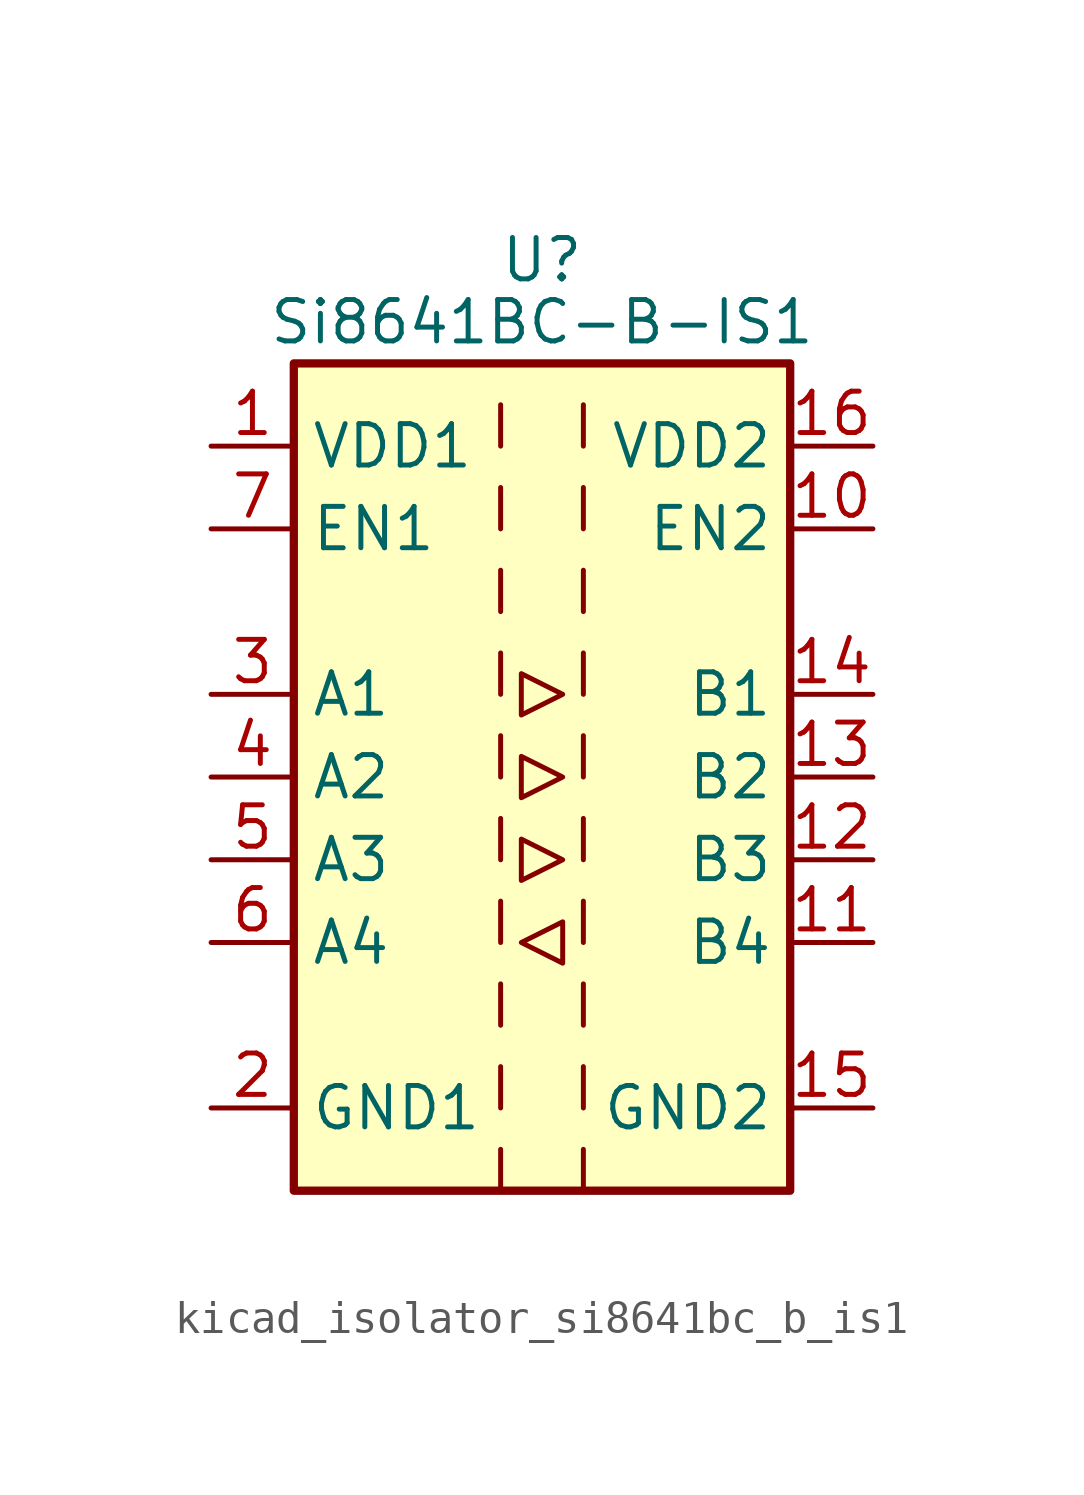
<source format=kicad_sym>
(kicad_symbol_lib
  (version 20220914)
  (generator kicad_symbol_editor)
  (symbol "kicad_isolator_si8641bc_b_is1"
    (property "Reference" "U"
      (at 0 15.875 0)
      (effects (font (size 1.27 1.27))))
    (property "Value" "Si8641BC-B-IS1"
      (at 0 13.97 0)
      (effects (font (size 1.27 1.27))))
    (symbol "kicad_isolator_si8641bc_b_is1_0_1"
      (rectangle (start -7.62 12.7) (end 7.62 -12.7) (stroke (width 0.254) (type default)) (fill (type background)))
      (polyline (pts (xy -1.27 -11.43) (xy -1.27 -12.7)) (stroke (width 0) (type default)) (fill (type none)))
      (polyline (pts (xy -1.27 -8.89) (xy -1.27 -10.16)) (stroke (width 0) (type default)) (fill (type none)))
      (polyline (pts (xy -1.27 -6.35) (xy -1.27 -7.62)) (stroke (width 0) (type default)) (fill (type none)))
      (polyline (pts (xy -1.27 -3.81) (xy -1.27 -5.08)) (stroke (width 0) (type default)) (fill (type none)))
      (polyline (pts (xy -1.27 -1.27) (xy -1.27 -2.54)) (stroke (width 0) (type default)) (fill (type none)))
      (polyline (pts (xy -1.27 1.27) (xy -1.27 0)) (stroke (width 0) (type default)) (fill (type none)))
      (polyline (pts (xy -1.27 3.81) (xy -1.27 2.54)) (stroke (width 0) (type default)) (fill (type none)))
      (polyline (pts (xy -1.27 6.35) (xy -1.27 5.08)) (stroke (width 0) (type default)) (fill (type none)))
      (polyline (pts (xy -1.27 8.89) (xy -1.27 7.62)) (stroke (width 0) (type default)) (fill (type none)))
      (polyline (pts (xy -1.27 11.43) (xy -1.27 10.16)) (stroke (width 0) (type default)) (fill (type none)))
      (polyline (pts (xy 1.27 -11.43) (xy 1.27 -12.7)) (stroke (width 0) (type default)) (fill (type none)))
      (polyline (pts (xy 1.27 -8.89) (xy 1.27 -10.16)) (stroke (width 0) (type default)) (fill (type none)))
      (polyline (pts (xy 1.27 -6.35) (xy 1.27 -7.62)) (stroke (width 0) (type default)) (fill (type none)))
      (polyline (pts (xy 1.27 -3.81) (xy 1.27 -5.08)) (stroke (width 0) (type default)) (fill (type none)))
      (polyline (pts (xy 1.27 -1.27) (xy 1.27 -2.54)) (stroke (width 0) (type default)) (fill (type none)))
      (polyline (pts (xy 1.27 1.27) (xy 1.27 0)) (stroke (width 0) (type default)) (fill (type none)))
      (polyline (pts (xy 1.27 3.81) (xy 1.27 2.54)) (stroke (width 0) (type default)) (fill (type none)))
      (polyline (pts (xy 1.27 6.35) (xy 1.27 5.08)) (stroke (width 0) (type default)) (fill (type none)))
      (polyline (pts (xy 1.27 8.89) (xy 1.27 7.62)) (stroke (width 0) (type default)) (fill (type none)))
      (polyline (pts (xy 1.27 11.43) (xy 1.27 10.16)) (stroke (width 0) (type default)) (fill (type none)))
      (polyline (pts (xy -0.635 -5.08) (xy 0.635 -4.445) (xy 0.635 -5.715) (xy -0.635 -5.08)) (stroke (width 0) (type default)) (fill (type none)))
      (polyline (pts (xy -0.635 0.635) (xy -0.635 -0.635) (xy 0.635 0) (xy -0.635 0.635)) (stroke (width 0) (type default)) (fill (type none)))
      (polyline (pts (xy -0.635 3.175) (xy -0.635 1.905) (xy 0.635 2.54) (xy -0.635 3.175)) (stroke (width 0) (type default)) (fill (type none)))
      (polyline (pts (xy 0.635 -2.54) (xy -0.635 -1.905) (xy -0.635 -3.175) (xy 0.635 -2.54)) (stroke (width 0) (type default)) (fill (type none))))
    (symbol "kicad_isolator_si8641bc_b_is1_1_1"
      (pin power_in line (at -10.16 10.16 0) (length 2.54) (name "VDD1" (effects (font (size 1.27 1.27)))) (number "1" (effects (font (size 1.27 1.27)))))
      (pin input line (at 10.16 7.62 180) (length 2.54) (name "EN2" (effects (font (size 1.27 1.27)))) (number "10" (effects (font (size 1.27 1.27)))))
      (pin input line (at 10.16 -5.08 180) (length 2.54) (name "B4" (effects (font (size 1.27 1.27)))) (number "11" (effects (font (size 1.27 1.27)))))
      (pin output line (at 10.16 -2.54 180) (length 2.54) (name "B3" (effects (font (size 1.27 1.27)))) (number "12" (effects (font (size 1.27 1.27)))))
      (pin output line (at 10.16 0 180) (length 2.54) (name "B2" (effects (font (size 1.27 1.27)))) (number "13" (effects (font (size 1.27 1.27)))))
      (pin output line (at 10.16 2.54 180) (length 2.54) (name "B1" (effects (font (size 1.27 1.27)))) (number "14" (effects (font (size 1.27 1.27)))))
      (pin power_in line (at 10.16 -10.16 180) (length 2.54) (name "GND2" (effects (font (size 1.27 1.27)))) (number "15" (effects (font (size 1.27 1.27)))))
      (pin power_in line (at 10.16 10.16 180) (length 2.54) (name "VDD2" (effects (font (size 1.27 1.27)))) (number "16" (effects (font (size 1.27 1.27)))))
      (pin power_in line (at -10.16 -10.16 0) (length 2.54) (name "GND1" (effects (font (size 1.27 1.27)))) (number "2" (effects (font (size 1.27 1.27)))))
      (pin input line (at -10.16 2.54 0) (length 2.54) (name "A1" (effects (font (size 1.27 1.27)))) (number "3" (effects (font (size 1.27 1.27)))))
      (pin input line (at -10.16 0 0) (length 2.54) (name "A2" (effects (font (size 1.27 1.27)))) (number "4" (effects (font (size 1.27 1.27)))))
      (pin input line (at -10.16 -2.54 0) (length 2.54) (name "A3" (effects (font (size 1.27 1.27)))) (number "5" (effects (font (size 1.27 1.27)))))
      (pin output line (at -10.16 -5.08 0) (length 2.54) (name "A4" (effects (font (size 1.27 1.27)))) (number "6" (effects (font (size 1.27 1.27)))))
      (pin input line (at -10.16 7.62 0) (length 2.54) (name "EN1" (effects (font (size 1.27 1.27)))) (number "7" (effects (font (size 1.27 1.27)))))
      (pin passive line (at -10.16 -10.16 0) (length 2.54) hide (name "GND1" (effects (font (size 1.27 1.27)))) (number "8" (effects (font (size 1.27 1.27)))))
      (pin passive line (at 10.16 -10.16 180) (length 2.54) hide (name "GND2" (effects (font (size 1.27 1.27)))) (number "9" (effects (font (size 1.27 1.27))))))))
</source>
